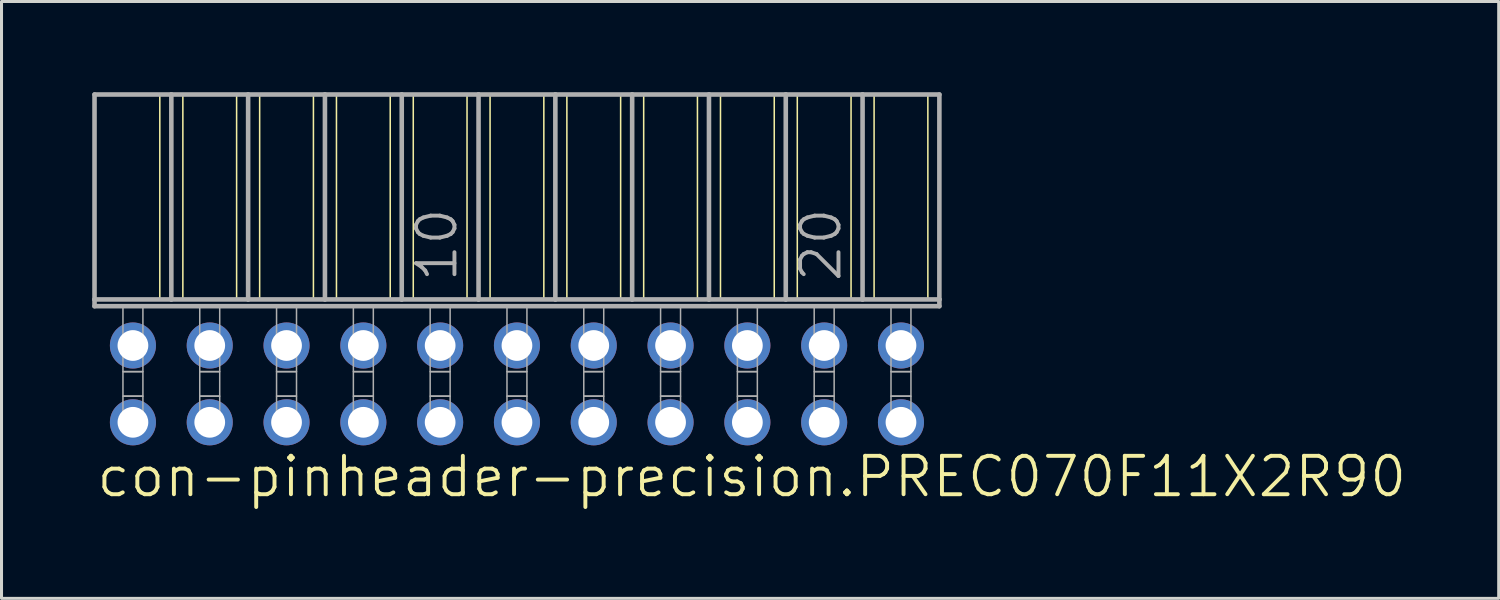
<source format=kicad_pcb>
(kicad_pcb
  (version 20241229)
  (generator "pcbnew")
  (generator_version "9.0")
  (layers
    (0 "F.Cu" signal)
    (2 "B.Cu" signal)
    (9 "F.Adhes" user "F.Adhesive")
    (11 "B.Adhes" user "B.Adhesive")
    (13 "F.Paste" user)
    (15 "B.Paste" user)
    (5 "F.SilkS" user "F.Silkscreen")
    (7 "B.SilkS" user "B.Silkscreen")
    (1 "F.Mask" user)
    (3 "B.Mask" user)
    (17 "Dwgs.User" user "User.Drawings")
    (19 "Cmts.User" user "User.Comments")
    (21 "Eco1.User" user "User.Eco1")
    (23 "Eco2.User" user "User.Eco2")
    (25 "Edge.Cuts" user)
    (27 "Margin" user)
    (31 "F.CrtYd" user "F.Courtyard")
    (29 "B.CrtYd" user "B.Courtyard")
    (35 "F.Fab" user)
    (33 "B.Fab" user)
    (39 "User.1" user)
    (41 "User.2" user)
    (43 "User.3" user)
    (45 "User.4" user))
  (footprint "con-pinheader-precision.PREC070F11X2R90"
    (layer "F.Cu")
    (at 14.046 9.646)
    (property "Reference" "con-pinheader-precision.PREC070F11X2R90" (at -13.97 3.81 0) (layer "F.SilkS") (effects (font (size 1.27 1.27) (thickness 0.13)) (justify left bottom)))
    (attr through_hole)
    (fp_line (start -11.811 -9.57) (end -11.811 -2.794) (stroke (width 0.051) (type default)) (layer "F.SilkS"))
    (fp_line (start -11.049 -9.57) (end -11.049 -2.794) (stroke (width 0.051) (type default)) (layer "F.SilkS"))
    (fp_line (start -9.271 -9.57) (end -9.271 -2.794) (stroke (width 0.051) (type default)) (layer "F.SilkS"))
    (fp_line (start -8.509 -9.57) (end -8.509 -2.794) (stroke (width 0.051) (type default)) (layer "F.SilkS"))
    (fp_line (start -6.731 -9.57) (end -6.731 -2.794) (stroke (width 0.051) (type default)) (layer "F.SilkS"))
    (fp_line (start -5.969 -9.57) (end -5.969 -2.794) (stroke (width 0.051) (type default)) (layer "F.SilkS"))
    (fp_line (start -4.191 -9.57) (end -4.191 -2.794) (stroke (width 0.051) (type default)) (layer "F.SilkS"))
    (fp_line (start -3.429 -9.57) (end -3.429 -2.794) (stroke (width 0.051) (type default)) (layer "F.SilkS"))
    (fp_line (start -1.651 -9.57) (end -1.651 -2.794) (stroke (width 0.051) (type default)) (layer "F.SilkS"))
    (fp_line (start -0.889 -9.57) (end -0.889 -2.794) (stroke (width 0.051) (type default)) (layer "F.SilkS"))
    (fp_line (start 0.889 -9.57) (end 0.889 -2.794) (stroke (width 0.051) (type default)) (layer "F.SilkS"))
    (fp_line (start 1.651 -9.57) (end 1.651 -2.794) (stroke (width 0.051) (type default)) (layer "F.SilkS"))
    (fp_line (start 3.429 -9.57) (end 3.429 -2.794) (stroke (width 0.051) (type default)) (layer "F.SilkS"))
    (fp_line (start 4.191 -9.57) (end 4.191 -2.794) (stroke (width 0.051) (type default)) (layer "F.SilkS"))
    (fp_line (start 5.969 -9.57) (end 5.969 -2.794) (stroke (width 0.051) (type default)) (layer "F.SilkS"))
    (fp_line (start 6.731 -9.57) (end 6.731 -2.794) (stroke (width 0.051) (type default)) (layer "F.SilkS"))
    (fp_line (start 8.509 -9.57) (end 8.509 -2.794) (stroke (width 0.051) (type default)) (layer "F.SilkS"))
    (fp_line (start 9.271 -9.57) (end 9.271 -2.794) (stroke (width 0.051) (type default)) (layer "F.SilkS"))
    (fp_line (start 11.049 -9.57) (end 11.049 -2.794) (stroke (width 0.051) (type default)) (layer "F.SilkS"))
    (fp_line (start 11.811 -9.57) (end 11.811 -2.794) (stroke (width 0.051) (type default)) (layer "F.SilkS"))
    (fp_line (start 13.589 -9.57) (end 13.589 -2.794) (stroke (width 0.051) (type default)) (layer "F.SilkS"))
    (fp_line (start -13.97 -9.57) (end -11.43 -9.57) (stroke (width 0.152) (type default)) (layer "F.Fab"))
    (fp_line (start -13.97 -2.794) (end -13.97 -9.57) (stroke (width 0.152) (type default)) (layer "F.Fab"))
    (fp_line (start -13.97 -2.57) (end -13.97 -2.794) (stroke (width 0.152) (type default)) (layer "F.Fab"))
    (fp_line (start -13.97 -2.57) (end 13.97 -2.57) (stroke (width 0.152) (type default)) (layer "F.Fab"))
    (fp_line (start -11.43 -9.57) (end -8.89 -9.57) (stroke (width 0.152) (type default)) (layer "F.Fab"))
    (fp_line (start -11.43 -2.794) (end -13.97 -2.794) (stroke (width 0.152) (type default)) (layer "F.Fab"))
    (fp_line (start -11.43 -2.794) (end -11.43 -9.57) (stroke (width 0.152) (type default)) (layer "F.Fab"))
    (fp_line (start -11.43 -2.794) (end -8.89 -2.794) (stroke (width 0.152) (type default)) (layer "F.Fab"))
    (fp_line (start -8.89 -9.57) (end -6.35 -9.57) (stroke (width 0.152) (type default)) (layer "F.Fab"))
    (fp_line (start -8.89 -2.794) (end -8.89 -9.57) (stroke (width 0.152) (type default)) (layer "F.Fab"))
    (fp_line (start -6.35 -9.57) (end -3.81 -9.57) (stroke (width 0.152) (type default)) (layer "F.Fab"))
    (fp_line (start -6.35 -2.794) (end -8.89 -2.794) (stroke (width 0.152) (type default)) (layer "F.Fab"))
    (fp_line (start -6.35 -2.794) (end -6.35 -9.57) (stroke (width 0.152) (type default)) (layer "F.Fab"))
    (fp_line (start -3.81 -9.57) (end -1.27 -9.57) (stroke (width 0.152) (type default)) (layer "F.Fab"))
    (fp_line (start -3.81 -2.794) (end -6.35 -2.794) (stroke (width 0.152) (type default)) (layer "F.Fab"))
    (fp_line (start -3.81 -2.794) (end -3.81 -9.57) (stroke (width 0.152) (type default)) (layer "F.Fab"))
    (fp_line (start -1.27 -9.57) (end 1.27 -9.57) (stroke (width 0.152) (type default)) (layer "F.Fab"))
    (fp_line (start -1.27 -2.794) (end -3.81 -2.794) (stroke (width 0.152) (type default)) (layer "F.Fab"))
    (fp_line (start -1.27 -2.794) (end -1.27 -9.57) (stroke (width 0.152) (type default)) (layer "F.Fab"))
    (fp_line (start 1.27 -9.57) (end 3.81 -9.57) (stroke (width 0.152) (type default)) (layer "F.Fab"))
    (fp_line (start 1.27 -2.794) (end -1.27 -2.794) (stroke (width 0.152) (type default)) (layer "F.Fab"))
    (fp_line (start 1.27 -2.794) (end 1.27 -9.57) (stroke (width 0.152) (type default)) (layer "F.Fab"))
    (fp_line (start 1.27 -2.794) (end 3.81 -2.794) (stroke (width 0.152) (type default)) (layer "F.Fab"))
    (fp_line (start 3.81 -9.57) (end 6.35 -9.57) (stroke (width 0.152) (type default)) (layer "F.Fab"))
    (fp_line (start 3.81 -2.794) (end 3.81 -9.57) (stroke (width 0.152) (type default)) (layer "F.Fab"))
    (fp_line (start 6.35 -9.57) (end 8.89 -9.57) (stroke (width 0.152) (type default)) (layer "F.Fab"))
    (fp_line (start 6.35 -2.794) (end 3.81 -2.794) (stroke (width 0.152) (type default)) (layer "F.Fab"))
    (fp_line (start 6.35 -2.794) (end 6.35 -9.57) (stroke (width 0.152) (type default)) (layer "F.Fab"))
    (fp_line (start 8.89 -9.57) (end 11.43 -9.57) (stroke (width 0.152) (type default)) (layer "F.Fab"))
    (fp_line (start 8.89 -2.794) (end 6.35 -2.794) (stroke (width 0.152) (type default)) (layer "F.Fab"))
    (fp_line (start 8.89 -2.794) (end 8.89 -9.57) (stroke (width 0.152) (type default)) (layer "F.Fab"))
    (fp_line (start 11.43 -9.57) (end 13.97 -9.57) (stroke (width 0.152) (type default)) (layer "F.Fab"))
    (fp_line (start 11.43 -2.794) (end 8.89 -2.794) (stroke (width 0.152) (type default)) (layer "F.Fab"))
    (fp_line (start 11.43 -2.794) (end 11.43 -9.57) (stroke (width 0.152) (type default)) (layer "F.Fab"))
    (fp_line (start 13.97 -2.794) (end 11.43 -2.794) (stroke (width 0.152) (type default)) (layer "F.Fab"))
    (fp_line (start 13.97 -2.794) (end 13.97 -9.57) (stroke (width 0.152) (type default)) (layer "F.Fab"))
    (fp_line (start 13.97 -2.57) (end 13.97 -2.794) (stroke (width 0.152) (type default)) (layer "F.Fab"))
    (fp_rect (start -13.03 -0.406) (end -12.37 -2.57) (stroke (width 0.05) (type default)) (fill no) (layer "F.Fab"))
    (fp_rect (start -13.03 0.406) (end -12.37 -0.406) (stroke (width 0.05) (type default)) (fill no) (layer "F.Fab"))
    (fp_rect (start -13.03 1.575) (end -12.37 0.406) (stroke (width 0.05) (type default)) (fill no) (layer "F.Fab"))
    (fp_rect (start -10.49 -0.406) (end -9.83 -2.57) (stroke (width 0.05) (type default)) (fill no) (layer "F.Fab"))
    (fp_rect (start -10.49 0.406) (end -9.83 -0.406) (stroke (width 0.05) (type default)) (fill no) (layer "F.Fab"))
    (fp_rect (start -10.49 1.575) (end -9.83 0.406) (stroke (width 0.05) (type default)) (fill no) (layer "F.Fab"))
    (fp_rect (start -7.95 -0.406) (end -7.29 -2.57) (stroke (width 0.05) (type default)) (fill no) (layer "F.Fab"))
    (fp_rect (start -7.95 0.406) (end -7.29 -0.406) (stroke (width 0.05) (type default)) (fill no) (layer "F.Fab"))
    (fp_rect (start -7.95 1.575) (end -7.29 0.406) (stroke (width 0.05) (type default)) (fill no) (layer "F.Fab"))
    (fp_rect (start -5.41 -0.406) (end -4.75 -2.57) (stroke (width 0.05) (type default)) (fill no) (layer "F.Fab"))
    (fp_rect (start -5.41 0.406) (end -4.75 -0.406) (stroke (width 0.05) (type default)) (fill no) (layer "F.Fab"))
    (fp_rect (start -5.41 1.575) (end -4.75 0.406) (stroke (width 0.05) (type default)) (fill no) (layer "F.Fab"))
    (fp_rect (start -2.87 -0.406) (end -2.21 -2.57) (stroke (width 0.05) (type default)) (fill no) (layer "F.Fab"))
    (fp_rect (start -2.87 0.406) (end -2.21 -0.406) (stroke (width 0.05) (type default)) (fill no) (layer "F.Fab"))
    (fp_rect (start -2.87 1.575) (end -2.21 0.406) (stroke (width 0.05) (type default)) (fill no) (layer "F.Fab"))
    (fp_rect (start -0.33 -0.406) (end 0.33 -2.57) (stroke (width 0.05) (type default)) (fill no) (layer "F.Fab"))
    (fp_rect (start -0.33 0.406) (end 0.33 -0.406) (stroke (width 0.05) (type default)) (fill no) (layer "F.Fab"))
    (fp_rect (start -0.33 1.575) (end 0.33 0.406) (stroke (width 0.05) (type default)) (fill no) (layer "F.Fab"))
    (fp_rect (start 2.21 -0.406) (end 2.87 -2.57) (stroke (width 0.05) (type default)) (fill no) (layer "F.Fab"))
    (fp_rect (start 2.21 0.406) (end 2.87 -0.406) (stroke (width 0.05) (type default)) (fill no) (layer "F.Fab"))
    (fp_rect (start 2.21 1.575) (end 2.87 0.406) (stroke (width 0.05) (type default)) (fill no) (layer "F.Fab"))
    (fp_rect (start 4.75 -0.406) (end 5.41 -2.57) (stroke (width 0.05) (type default)) (fill no) (layer "F.Fab"))
    (fp_rect (start 4.75 0.406) (end 5.41 -0.406) (stroke (width 0.05) (type default)) (fill no) (layer "F.Fab"))
    (fp_rect (start 4.75 1.575) (end 5.41 0.406) (stroke (width 0.05) (type default)) (fill no) (layer "F.Fab"))
    (fp_rect (start 7.29 -0.406) (end 7.95 -2.57) (stroke (width 0.05) (type default)) (fill no) (layer "F.Fab"))
    (fp_rect (start 7.29 0.406) (end 7.95 -0.406) (stroke (width 0.05) (type default)) (fill no) (layer "F.Fab"))
    (fp_rect (start 7.29 1.575) (end 7.95 0.406) (stroke (width 0.05) (type default)) (fill no) (layer "F.Fab"))
    (fp_rect (start 9.83 -0.406) (end 10.49 -2.57) (stroke (width 0.05) (type default)) (fill no) (layer "F.Fab"))
    (fp_rect (start 9.83 0.406) (end 10.49 -0.406) (stroke (width 0.05) (type default)) (fill no) (layer "F.Fab"))
    (fp_rect (start 9.83 1.575) (end 10.49 0.406) (stroke (width 0.05) (type default)) (fill no) (layer "F.Fab"))
    (fp_rect (start 12.37 -0.406) (end 13.03 -2.57) (stroke (width 0.05) (type default)) (fill no) (layer "F.Fab"))
    (fp_rect (start 12.37 0.406) (end 13.03 -0.406) (stroke (width 0.05) (type default)) (fill no) (layer "F.Fab"))
    (fp_rect (start 12.37 1.575) (end 13.03 0.406) (stroke (width 0.05) (type default)) (fill no) (layer "F.Fab"))
    (fp_text user "10" (at -1.905 -3.302 90) (layer "F.Fab") (effects (font (size 1.27 1.27) (thickness 0.13)) (justify left bottom)))
    (fp_text user "20" (at 10.795 -3.302 90) (layer "F.Fab") (effects (font (size 1.27 1.27) (thickness 0.13)) (justify left bottom)))
    (pad "1" thru_hole circle (at -12.7 -1.27 180) (size 1.524 1.524) (drill 1.016) (layers "*.Cu" "*.Mask"))
    (pad "2" thru_hole circle (at -12.7 1.27 180) (size 1.524 1.524) (drill 1.016) (layers "*.Cu" "*.Mask"))
    (pad "3" thru_hole circle (at -10.16 -1.27 180) (size 1.524 1.524) (drill 1.016) (layers "*.Cu" "*.Mask"))
    (pad "4" thru_hole circle (at -10.16 1.27 180) (size 1.524 1.524) (drill 1.016) (layers "*.Cu" "*.Mask"))
    (pad "5" thru_hole circle (at -7.62 -1.27 180) (size 1.524 1.524) (drill 1.016) (layers "*.Cu" "*.Mask"))
    (pad "6" thru_hole circle (at -7.62 1.27 180) (size 1.524 1.524) (drill 1.016) (layers "*.Cu" "*.Mask"))
    (pad "7" thru_hole circle (at -5.08 -1.27 180) (size 1.524 1.524) (drill 1.016) (layers "*.Cu" "*.Mask"))
    (pad "8" thru_hole circle (at -5.08 1.27 180) (size 1.524 1.524) (drill 1.016) (layers "*.Cu" "*.Mask"))
    (pad "9" thru_hole circle (at -2.54 -1.27 180) (size 1.524 1.524) (drill 1.016) (layers "*.Cu" "*.Mask"))
    (pad "10" thru_hole circle (at -2.54 1.27 180) (size 1.524 1.524) (drill 1.016) (layers "*.Cu" "*.Mask"))
    (pad "11" thru_hole circle (at 0 -1.27 180) (size 1.524 1.524) (drill 1.016) (layers "*.Cu" "*.Mask"))
    (pad "12" thru_hole circle (at 0 1.27 180) (size 1.524 1.524) (drill 1.016) (layers "*.Cu" "*.Mask"))
    (pad "13" thru_hole circle (at 2.54 -1.27 180) (size 1.524 1.524) (drill 1.016) (layers "*.Cu" "*.Mask"))
    (pad "14" thru_hole circle (at 2.54 1.27 180) (size 1.524 1.524) (drill 1.016) (layers "*.Cu" "*.Mask"))
    (pad "15" thru_hole circle (at 5.08 -1.27 180) (size 1.524 1.524) (drill 1.016) (layers "*.Cu" "*.Mask"))
    (pad "16" thru_hole circle (at 5.08 1.27 180) (size 1.524 1.524) (drill 1.016) (layers "*.Cu" "*.Mask"))
    (pad "17" thru_hole circle (at 7.62 -1.27 180) (size 1.524 1.524) (drill 1.016) (layers "*.Cu" "*.Mask"))
    (pad "18" thru_hole circle (at 7.62 1.27 180) (size 1.524 1.524) (drill 1.016) (layers "*.Cu" "*.Mask"))
    (pad "19" thru_hole circle (at 10.16 -1.27 180) (size 1.524 1.524) (drill 1.016) (layers "*.Cu" "*.Mask"))
    (pad "20" thru_hole circle (at 10.16 1.27 180) (size 1.524 1.524) (drill 1.016) (layers "*.Cu" "*.Mask"))
    (pad "21" thru_hole circle (at 12.7 -1.27 180) (size 1.524 1.524) (drill 1.016) (layers "*.Cu" "*.Mask"))
    (pad "22" thru_hole circle (at 12.7 1.27 180) (size 1.524 1.524) (drill 1.016) (layers "*.Cu" "*.Mask")))
  (gr_rect
    (start -3 -3)
    (end 46.513 16.738)
    (stroke (width 0.1) (type default))
    (fill no)
    (layer "Edge.Cuts")))
</source>
